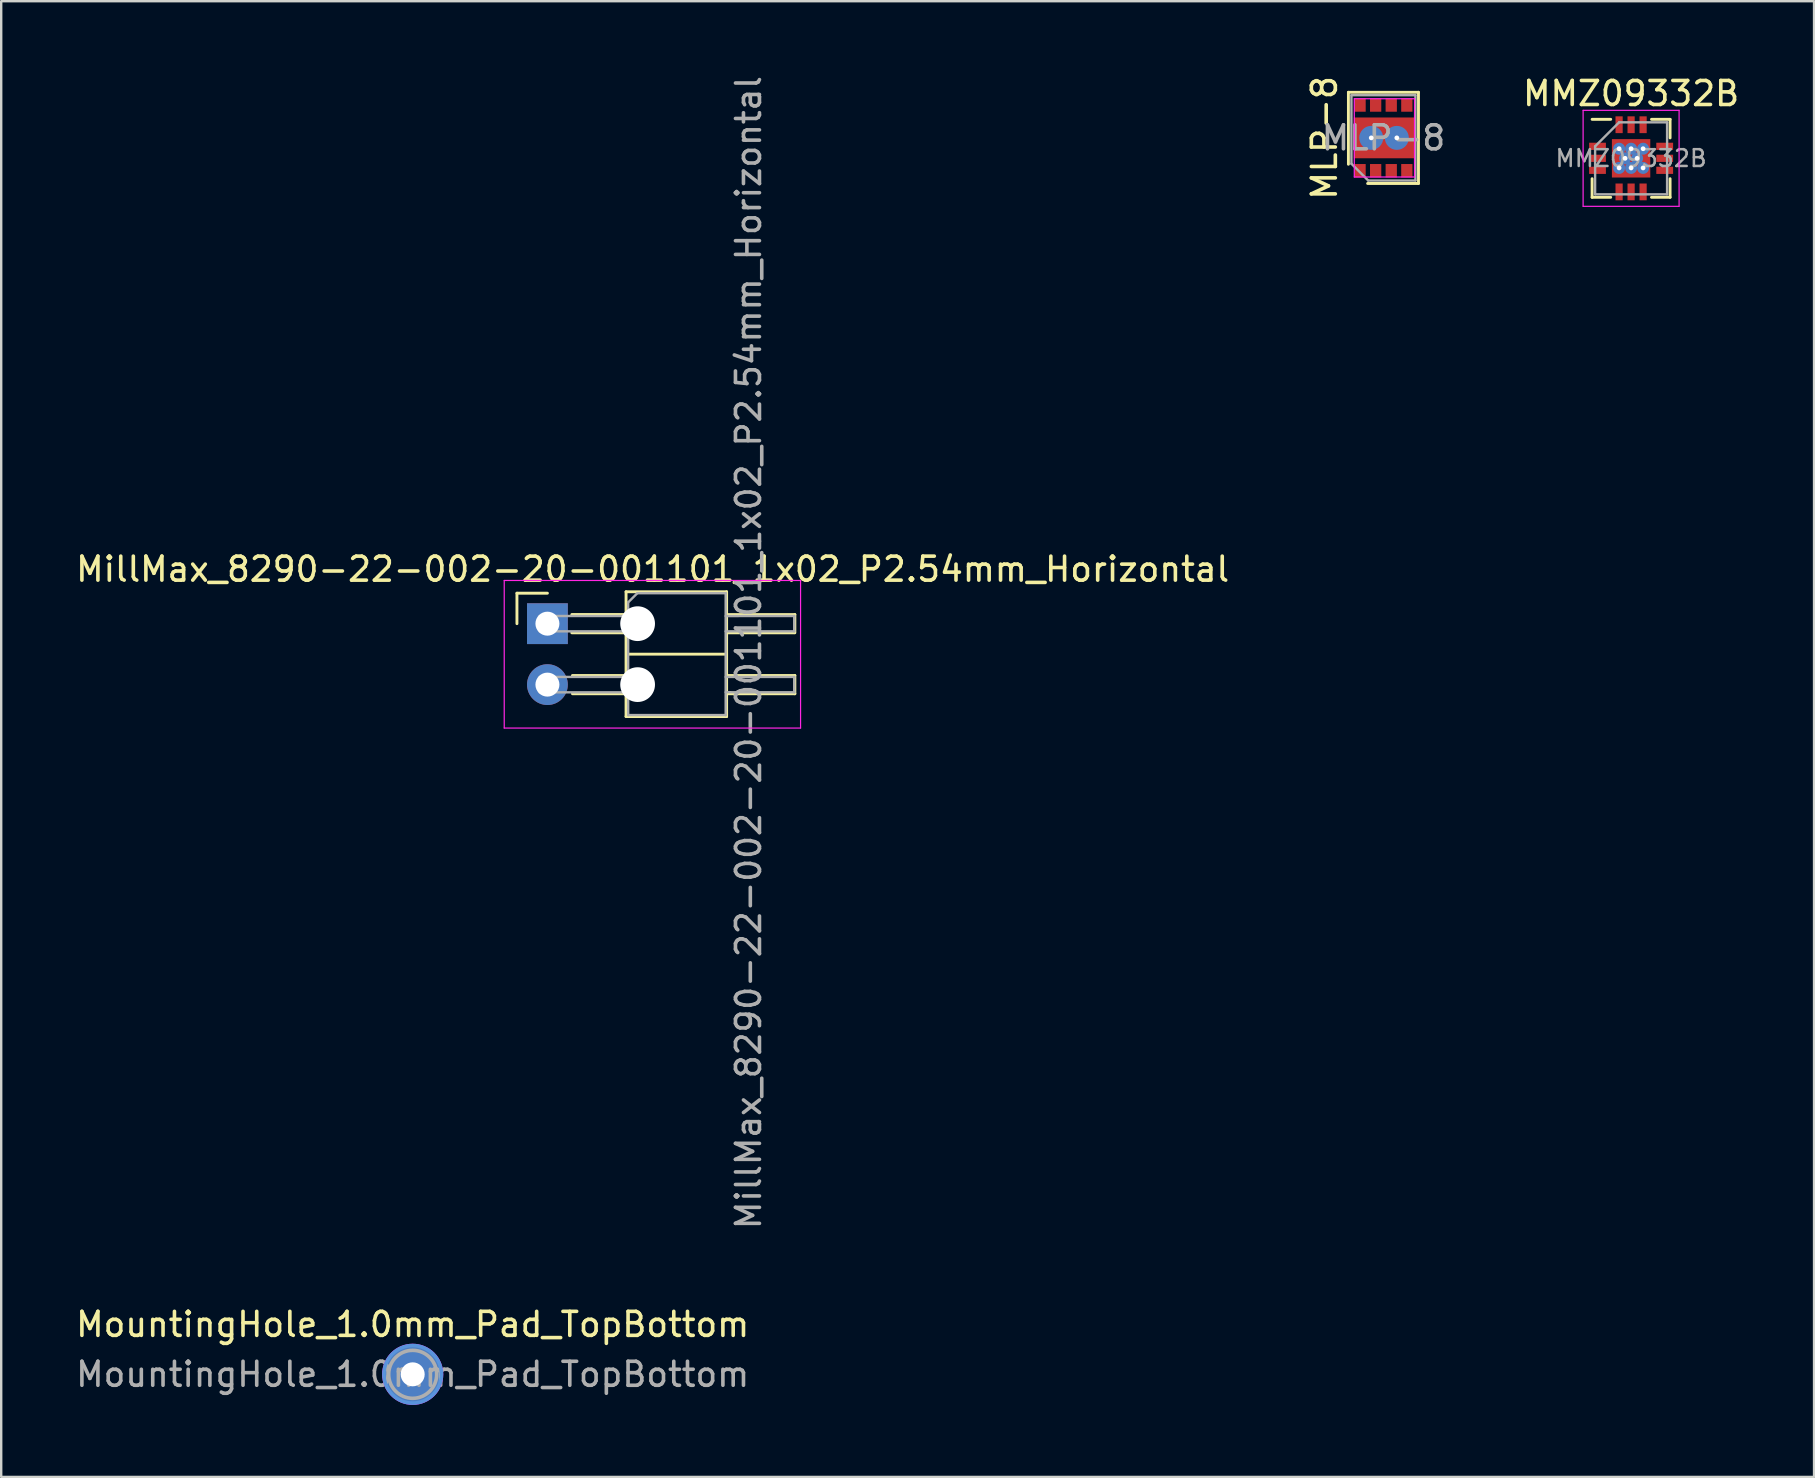
<source format=kicad_pcb>
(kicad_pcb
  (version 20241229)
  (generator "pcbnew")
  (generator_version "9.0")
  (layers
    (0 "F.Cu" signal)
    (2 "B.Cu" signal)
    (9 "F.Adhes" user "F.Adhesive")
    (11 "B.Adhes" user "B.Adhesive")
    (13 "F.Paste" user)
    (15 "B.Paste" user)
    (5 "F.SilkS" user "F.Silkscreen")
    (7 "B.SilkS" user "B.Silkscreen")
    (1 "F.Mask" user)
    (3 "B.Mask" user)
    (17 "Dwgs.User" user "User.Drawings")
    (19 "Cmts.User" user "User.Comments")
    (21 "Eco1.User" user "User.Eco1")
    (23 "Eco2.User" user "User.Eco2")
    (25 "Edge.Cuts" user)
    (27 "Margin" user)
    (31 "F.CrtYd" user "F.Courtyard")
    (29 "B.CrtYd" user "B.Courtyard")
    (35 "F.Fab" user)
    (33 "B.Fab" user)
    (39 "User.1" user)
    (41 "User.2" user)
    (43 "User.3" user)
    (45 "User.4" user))
  (footprint "MillMax_8290-22-002-20-001101_1x02_P2.54mm_Horizontal"
    (layer "F.Cu")
    (at 19.764 22.942)
    (property "Reference" "MillMax_8290-22-002-20-001101_1x02_P2.54mm_Horizontal" (at 4.385 -2.27 0) (layer "F.SilkS") (effects (font (size 1 1) (thickness 0.15))))
    (attr through_hole)
    (fp_line (start -1.27 -1.27) (end 0 -1.27) (stroke (width 0.12) (type solid)) (layer "F.SilkS"))
    (fp_line (start -1.27 0) (end -1.27 -1.27) (stroke (width 0.12) (type solid)) (layer "F.SilkS"))
    (fp_line (start 1.016 -0.381) (end 3.239 -0.381) (stroke (width 0.12) (type solid)) (layer "F.SilkS"))
    (fp_line (start 1.016 0.38) (end 3.239 0.381) (stroke (width 0.12) (type solid)) (layer "F.SilkS"))
    (fp_line (start 1.043 2.16) (end 3.239 2.159) (stroke (width 0.12) (type solid)) (layer "F.SilkS"))
    (fp_line (start 1.043 2.92) (end 3.239 2.92) (stroke (width 0.12) (type solid)) (layer "F.SilkS"))
    (fp_line (start 3.277 -1.33) (end 3.277 3.87) (stroke (width 0.12) (type solid)) (layer "F.SilkS"))
    (fp_line (start 3.277 3.87) (end 7.468 3.87) (stroke (width 0.12) (type solid)) (layer "F.SilkS"))
    (fp_line (start 3.302 1.27) (end 7.429 1.27) (stroke (width 0.12) (type solid)) (layer "F.SilkS"))
    (fp_line (start 7.468 -1.33) (end 3.277 -1.33) (stroke (width 0.12) (type solid)) (layer "F.SilkS"))
    (fp_line (start 7.468 3.87) (end 7.468 -1.33) (stroke (width 0.12) (type solid)) (layer "F.SilkS"))
    (fp_line (start 7.493 -0.38) (end 10.312 -0.38) (stroke (width 0.12) (type solid)) (layer "F.SilkS"))
    (fp_line (start 7.493 2.159) (end 10.312 2.159) (stroke (width 0.12) (type solid)) (layer "F.SilkS"))
    (fp_line (start 10.287 0.38) (end 7.493 0.38) (stroke (width 0.12) (type solid)) (layer "F.SilkS"))
    (fp_line (start 10.312 -0.38) (end 10.312 0.38) (stroke (width 0.12) (type solid)) (layer "F.SilkS"))
    (fp_line (start 10.312 2.159) (end 10.312 2.921) (stroke (width 0.12) (type solid)) (layer "F.SilkS"))
    (fp_line (start 10.312 2.921) (end 7.493 2.92) (stroke (width 0.12) (type solid)) (layer "F.SilkS"))
    (fp_line (start -1.8 -1.8) (end -1.8 4.35) (stroke (width 0.05) (type solid)) (layer "F.CrtYd"))
    (fp_line (start -1.8 4.35) (end 10.55 4.35) (stroke (width 0.05) (type solid)) (layer "F.CrtYd"))
    (fp_line (start 10.55 -1.8) (end -1.8 -1.8) (stroke (width 0.05) (type solid)) (layer "F.CrtYd"))
    (fp_line (start 10.55 4.35) (end 10.55 -1.8) (stroke (width 0.05) (type solid)) (layer "F.CrtYd"))
    (fp_line (start -0.32 -0.32) (end -0.32 0.32) (stroke (width 0.1) (type solid)) (layer "F.Fab"))
    (fp_line (start -0.32 -0.32) (end 3.365 -0.32) (stroke (width 0.1) (type solid)) (layer "F.Fab"))
    (fp_line (start -0.32 0.32) (end 3.365 0.318) (stroke (width 0.1) (type solid)) (layer "F.Fab"))
    (fp_line (start -0.32 2.22) (end -0.32 2.86) (stroke (width 0.1) (type solid)) (layer "F.Fab"))
    (fp_line (start -0.32 2.22) (end 3.365 2.22) (stroke (width 0.1) (type solid)) (layer "F.Fab"))
    (fp_line (start -0.32 2.86) (end 3.365 2.86) (stroke (width 0.1) (type solid)) (layer "F.Fab"))
    (fp_line (start 3.365 -0.889) (end 3.747 -1.27) (stroke (width 0.1) (type solid)) (layer "F.Fab"))
    (fp_line (start 3.365 3.81) (end 3.365 -0.889) (stroke (width 0.1) (type solid)) (layer "F.Fab"))
    (fp_line (start 3.747 -1.27) (end 7.429 -1.27) (stroke (width 0.1) (type solid)) (layer "F.Fab"))
    (fp_line (start 7.429 -1.27) (end 7.429 3.81) (stroke (width 0.1) (type solid)) (layer "F.Fab"))
    (fp_line (start 7.429 -0.318) (end 10.287 -0.32) (stroke (width 0.1) (type solid)) (layer "F.Fab"))
    (fp_line (start 7.429 0.318) (end 10.287 0.318) (stroke (width 0.1) (type solid)) (layer "F.Fab"))
    (fp_line (start 7.429 2.22) (end 10.287 2.22) (stroke (width 0.1) (type solid)) (layer "F.Fab"))
    (fp_line (start 7.429 2.857) (end 10.287 2.86) (stroke (width 0.1) (type solid)) (layer "F.Fab"))
    (fp_line (start 7.429 3.81) (end 3.365 3.81) (stroke (width 0.1) (type solid)) (layer "F.Fab"))
    (fp_line (start 10.287 -0.32) (end 10.287 0.32) (stroke (width 0.1) (type solid)) (layer "F.Fab"))
    (fp_line (start 10.287 2.22) (end 10.287 2.86) (stroke (width 0.1) (type solid)) (layer "F.Fab"))
    (fp_text user "${REFERENCE}" (at 8.382 1.206 90) (layer "F.Fab") (effects (font (size 1 1) (thickness 0.15))))
    (pad "" np_thru_hole circle (at 3.759 0) (size 1.448 1.448) (drill 1.448) (layers "*.Cu" "*.Mask"))
    (pad "" np_thru_hole circle (at 3.759 2.54) (size 1.448 1.448) (drill 1.448) (layers "*.Cu" "*.Mask"))
    (pad "1" thru_hole rect (at 0 0) (size 1.7 1.7) (drill 1) (layers "*.Cu" "*.Mask"))
    (pad "2" thru_hole oval (at 0 2.54) (size 1.7 1.7) (drill 1) (layers "*.Cu" "*.Mask")))
  (footprint "MMZ09332B"
    (layer "F.Cu")
    (at 64.927 3.548)
    (property "Reference" "MMZ09332B" (at 0 -2.7 0) (layer "F.SilkS") (effects (font (size 1 1) (thickness 0.15))))
    (attr smd)
    (fp_line (start -1.625 -1.625) (end -0.85 -1.625) (stroke (width 0.12) (type solid)) (layer "F.SilkS"))
    (fp_line (start -1.625 1.625) (end -1.625 0.85) (stroke (width 0.12) (type solid)) (layer "F.SilkS"))
    (fp_line (start -1.625 1.625) (end -0.85 1.625) (stroke (width 0.12) (type solid)) (layer "F.SilkS"))
    (fp_line (start 1.625 -1.625) (end 0.85 -1.625) (stroke (width 0.12) (type solid)) (layer "F.SilkS"))
    (fp_line (start 1.625 -1.625) (end 1.625 -0.85) (stroke (width 0.12) (type solid)) (layer "F.SilkS"))
    (fp_line (start 1.625 1.625) (end 0.85 1.625) (stroke (width 0.12) (type solid)) (layer "F.SilkS"))
    (fp_line (start 1.625 1.625) (end 1.625 0.85) (stroke (width 0.12) (type solid)) (layer "F.SilkS"))
    (fp_line (start -2 -2) (end -2 2) (stroke (width 0.05) (type solid)) (layer "F.CrtYd"))
    (fp_line (start -2 -2) (end 2 -2) (stroke (width 0.05) (type solid)) (layer "F.CrtYd"))
    (fp_line (start -2 2) (end 2 2) (stroke (width 0.05) (type solid)) (layer "F.CrtYd"))
    (fp_line (start 2 -2) (end 2 2) (stroke (width 0.05) (type solid)) (layer "F.CrtYd"))
    (fp_line (start -1.5 -0.5) (end -0.5 -1.5) (stroke (width 0.1) (type solid)) (layer "F.Fab"))
    (fp_line (start -1.5 1.5) (end -1.5 -0.5) (stroke (width 0.1) (type solid)) (layer "F.Fab"))
    (fp_line (start -0.5 -1.5) (end 1.5 -1.5) (stroke (width 0.1) (type solid)) (layer "F.Fab"))
    (fp_line (start 1.5 -1.5) (end 1.5 1.5) (stroke (width 0.1) (type solid)) (layer "F.Fab"))
    (fp_line (start 1.5 1.5) (end -1.5 1.5) (stroke (width 0.1) (type solid)) (layer "F.Fab"))
    (fp_text user "${REFERENCE}" (at 0 0 0) (layer "F.Fab") (effects (font (size 0.7 0.7) (thickness 0.105))))
    (pad "1" smd rect (at -1.4 -0.5) (size 0.7 0.3) (layers "F.Cu" "F.Mask" "F.Paste"))
    (pad "2" smd rect (at -1.4 0) (size 0.7 0.3) (layers "F.Cu" "F.Mask" "F.Paste"))
    (pad "3" smd rect (at -1.4 0.5) (size 0.7 0.3) (layers "F.Cu" "F.Mask" "F.Paste"))
    (pad "4" smd rect (at -0.5 1.4 90) (size 0.7 0.3) (layers "F.Cu" "F.Mask" "F.Paste"))
    (pad "5" smd rect (at 0 1.4 90) (size 0.7 0.3) (layers "F.Cu" "F.Mask" "F.Paste"))
    (pad "6" smd rect (at 0.5 1.4 90) (size 0.7 0.3) (layers "F.Cu" "F.Mask" "F.Paste"))
    (pad "7" smd rect (at 1.4 0.5) (size 0.7 0.3) (layers "F.Cu" "F.Mask" "F.Paste"))
    (pad "8" smd rect (at 1.4 0) (size 0.7 0.3) (layers "F.Cu" "F.Mask" "F.Paste"))
    (pad "9" smd rect (at 1.4 -0.5) (size 0.7 0.3) (layers "F.Cu" "F.Mask" "F.Paste"))
    (pad "10" smd rect (at 0.5 -1.4 90) (size 0.7 0.3) (layers "F.Cu" "F.Mask" "F.Paste"))
    (pad "11" smd rect (at 0 -1.4 90) (size 0.7 0.3) (layers "F.Cu" "F.Mask" "F.Paste"))
    (pad "12" smd rect (at -0.5 -1.4 90) (size 0.7 0.3) (layers "F.Cu" "F.Mask" "F.Paste"))
    (pad "13" thru_hole circle (at -0.5 -0.4) (size 0.5 0.5) (drill 0.2) (layers "*.Cu" "*.Mask"))
    (pad "13" thru_hole circle (at -0.5 0.4) (size 0.5 0.5) (drill 0.2) (layers "*.Cu" "*.Mask"))
    (pad "13" thru_hole circle (at -0.25 0) (size 0.5 0.5) (drill 0.2) (layers "*.Cu" "*.Mask"))
    (pad "13" thru_hole circle (at 0 -0.4) (size 0.5 0.5) (drill 0.2) (layers "*.Cu" "*.Mask"))
    (pad "13" smd rect (at 0 0) (size 1.6 1.6) (layers "F.Cu" "F.Mask" "F.Paste"))
    (pad "13" thru_hole circle (at 0 0.4) (size 0.5 0.5) (drill 0.2) (layers "*.Cu" "*.Mask"))
    (pad "13" thru_hole circle (at 0.25 0) (size 0.5 0.5) (drill 0.2) (layers "*.Cu" "*.Mask"))
    (pad "13" thru_hole circle (at 0.5 -0.4) (size 0.5 0.5) (drill 0.2) (layers "*.Cu" "*.Mask"))
    (pad "13" thru_hole circle (at 0.5 0.4) (size 0.5 0.5) (drill 0.2) (layers "*.Cu" "*.Mask")))
  (footprint "MLP-8"
    (layer "F.Cu")
    (at 54.631 2.696)
    (property "Reference" "MLP-8" (at -2.485 0 90) (layer "F.SilkS") (effects (font (size 1 1) (thickness 0.15))))
    (attr smd)
    (fp_line (start -1.485 -1.9) (end 1.435 -1.9) (stroke (width 0.12) (type solid)) (layer "F.SilkS"))
    (fp_line (start -1.485 1.1) (end -1.485 -1.9) (stroke (width 0.12) (type solid)) (layer "F.SilkS"))
    (fp_line (start 1.435 -1.9) (end 1.435 1.9) (stroke (width 0.12) (type solid)) (layer "F.SilkS"))
    (fp_line (start 1.435 1.9) (end -0.685 1.9) (stroke (width 0.12) (type solid)) (layer "F.SilkS"))
    (fp_line (start -1.24 -1.63) (end 1.27 -1.63) (stroke (width 0.05) (type solid)) (layer "F.CrtYd"))
    (fp_line (start -1.24 1.63) (end -1.24 -1.63) (stroke (width 0.05) (type solid)) (layer "F.CrtYd"))
    (fp_line (start 1.27 -1.63) (end 1.27 1.63) (stroke (width 0.05) (type solid)) (layer "F.CrtYd"))
    (fp_line (start 1.27 1.63) (end -1.24 1.63) (stroke (width 0.05) (type solid)) (layer "F.CrtYd"))
    (fp_line (start -1.359 -1.778) (end 1.308 -1.778) (stroke (width 0.1) (type solid)) (layer "F.Fab"))
    (fp_line (start -1.359 1.079) (end -1.359 -1.778) (stroke (width 0.1) (type solid)) (layer "F.Fab"))
    (fp_line (start -0.66 1.778) (end -1.359 1.079) (stroke (width 0.1) (type solid)) (layer "F.Fab"))
    (fp_line (start 1.308 -1.778) (end 1.308 1.778) (stroke (width 0.1) (type solid)) (layer "F.Fab"))
    (fp_line (start 1.308 1.778) (end -0.66 1.778) (stroke (width 0.1) (type solid)) (layer "F.Fab"))
    (fp_text user "${REFERENCE}" (at -0.025 0 0) (layer "F.Fab") (effects (font (size 1 1) (thickness 0.15))))
    (pad "1" smd rect (at -1 1.37) (size 0.47 0.56) (layers "F.Cu" "F.Mask" "F.Paste"))
    (pad "2" smd rect (at -0.35 1.37) (size 0.47 0.56) (layers "F.Cu" "F.Mask" "F.Paste"))
    (pad "3" smd rect (at 0.3 1.37) (size 0.47 0.56) (layers "F.Cu" "F.Mask" "F.Paste"))
    (pad "4" smd rect (at 0.95 1.37) (size 0.47 0.56) (layers "F.Cu" "F.Mask" "F.Paste"))
    (pad "5" smd rect (at 0.95 -1.37) (size 0.47 0.56) (layers "F.Cu" "F.Mask" "F.Paste"))
    (pad "6" smd rect (at 0.3 -1.37) (size 0.47 0.56) (layers "F.Cu" "F.Mask" "F.Paste"))
    (pad "7" smd rect (at -0.35 -1.37) (size 0.47 0.56) (layers "F.Cu" "F.Mask" "F.Paste"))
    (pad "8" smd rect (at -1 -1.37) (size 0.47 0.56) (layers "F.Cu" "F.Mask" "F.Paste"))
    (pad "9" thru_hole circle (at -0.533 0) (size 1 1) (drill 0.2) (layers "*.Cu" "*.Mask"))
    (pad "9" smd rect (at 0 0) (size 2.52 1.7) (layers "F.Cu" "F.Mask" "F.Paste"))
    (pad "9" thru_hole circle (at 0.533 0) (size 1 1) (drill 0.2) (layers "*.Cu" "*.Mask")))
  (footprint "MountingHole_1.0mm_Pad_TopBottom"
    (layer "F.Cu")
    (at 14.149 54.226)
    (property "Reference" "MountingHole_1.0mm_Pad_TopBottom" (at 0 -2.08 0) (layer "F.SilkS") (effects (font (size 1 1) (thickness 0.15))))
    (attr through_hole)
    (fp_circle (center 0 0) (end 1.2 0) (stroke (width 0.15) (type solid)) (fill no) (layer "Cmts.User"))
    (fp_circle (center 0 0) (end 1.25 0) (stroke (width 0.05) (type solid)) (fill no) (layer "F.CrtYd"))
    (fp_circle (center 0 0) (end 1 0) (stroke (width 0.15) (type default)) (fill no) (layer "F.Fab"))
    (fp_text user "${REFERENCE}" (at 0 0 0) (layer "F.Fab") (effects (font (size 1 1) (thickness 0.15))))
    (pad "1" thru_hole circle (at 0 0) (size 2.5 2.5) (drill 1) (layers "*.Cu" "*.Mask")))
  (gr_rect
    (start -3 -3)
    (end 72.552 58.501)
    (stroke (width 0.1) (type default))
    (fill no)
    (layer "Edge.Cuts")))
</source>
